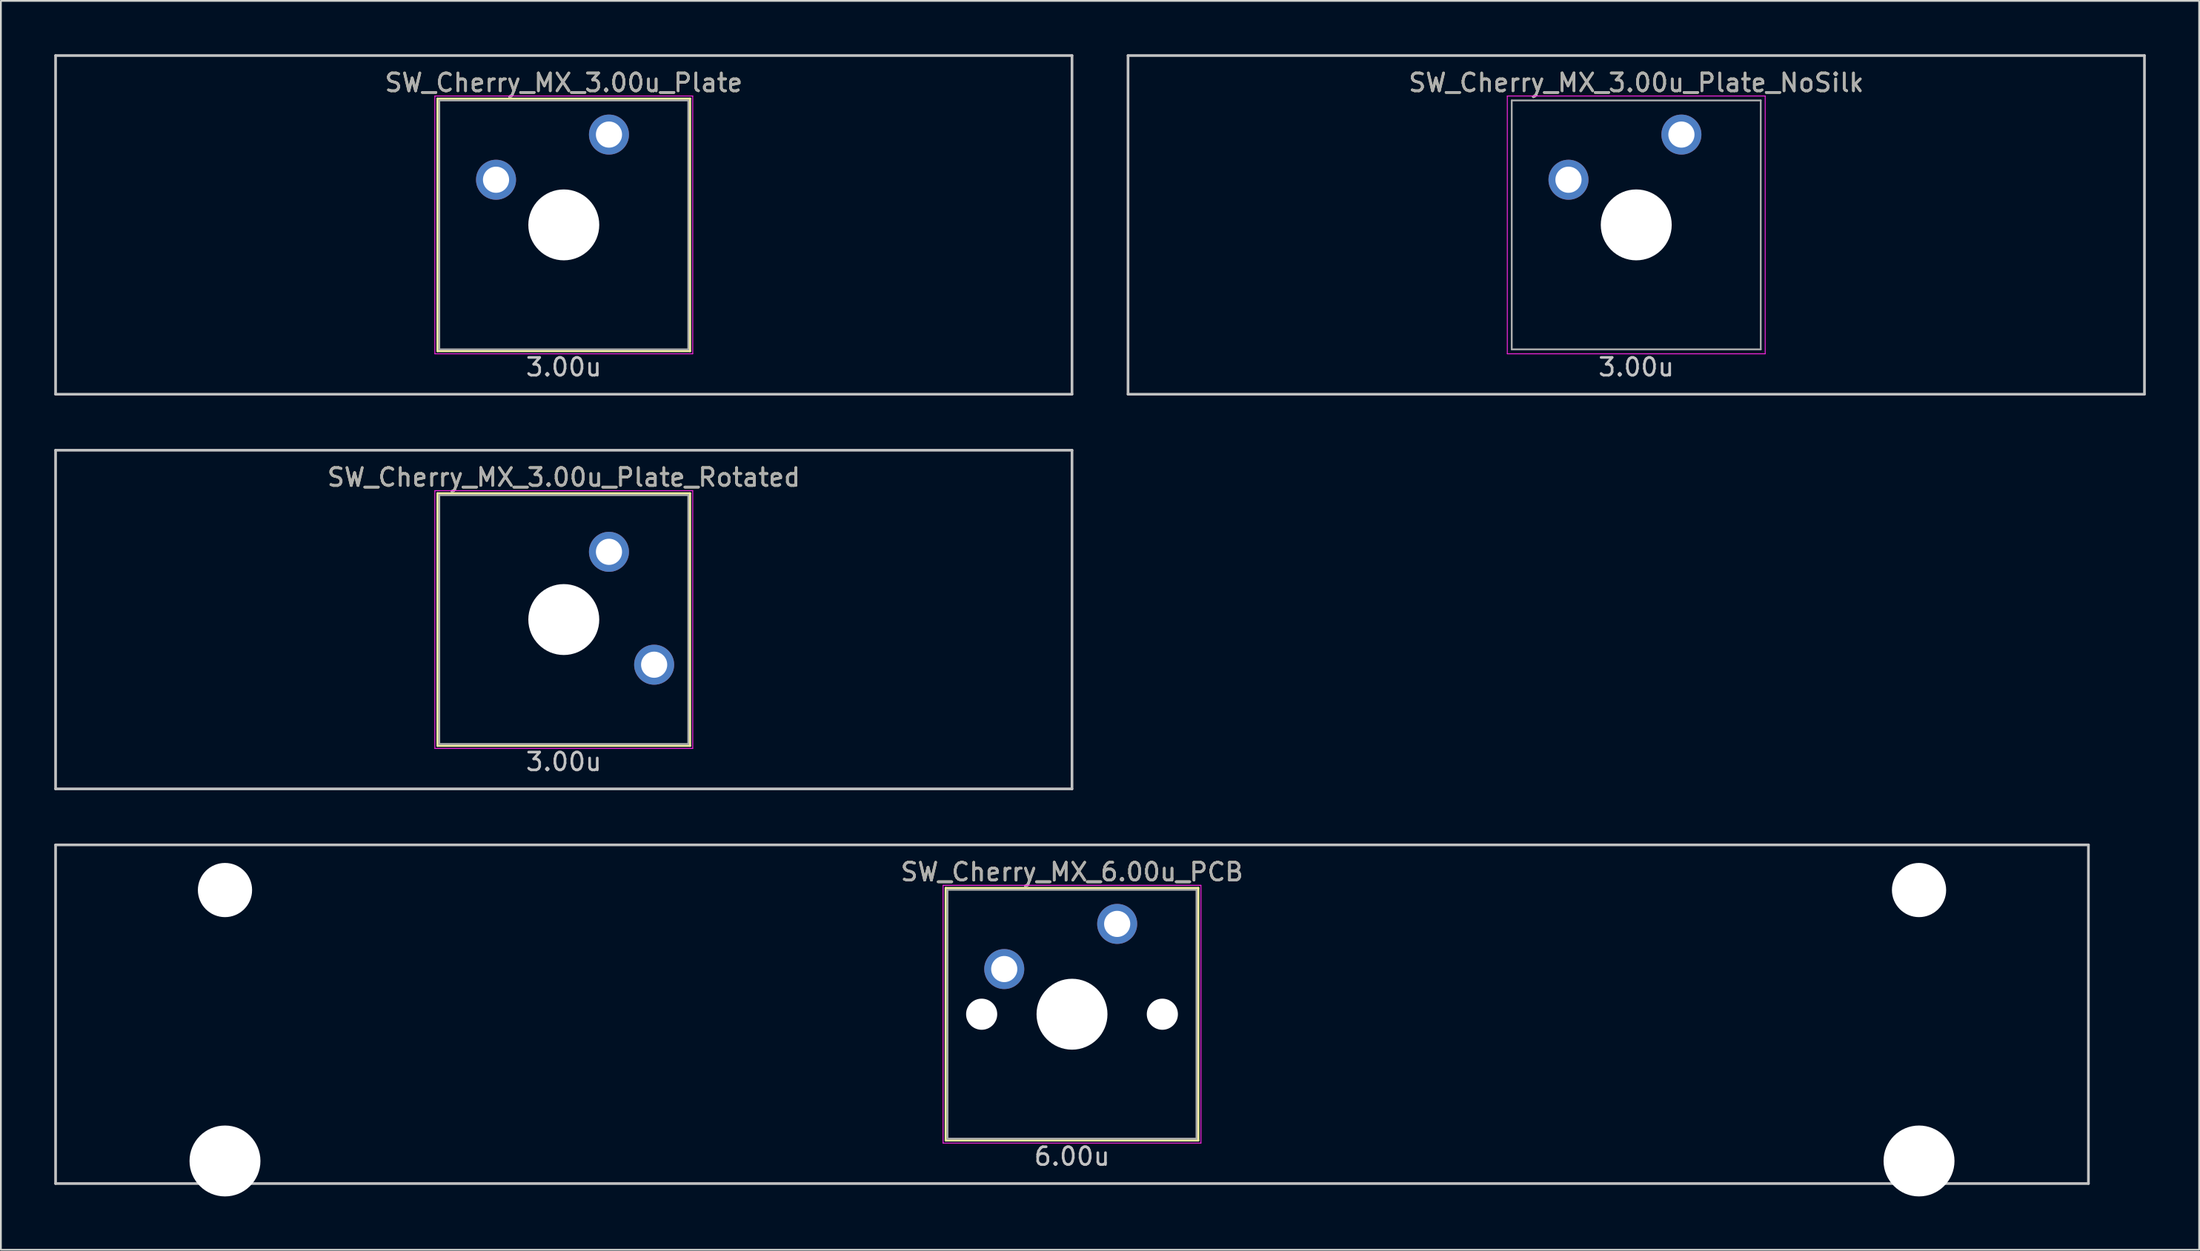
<source format=kicad_pcb>
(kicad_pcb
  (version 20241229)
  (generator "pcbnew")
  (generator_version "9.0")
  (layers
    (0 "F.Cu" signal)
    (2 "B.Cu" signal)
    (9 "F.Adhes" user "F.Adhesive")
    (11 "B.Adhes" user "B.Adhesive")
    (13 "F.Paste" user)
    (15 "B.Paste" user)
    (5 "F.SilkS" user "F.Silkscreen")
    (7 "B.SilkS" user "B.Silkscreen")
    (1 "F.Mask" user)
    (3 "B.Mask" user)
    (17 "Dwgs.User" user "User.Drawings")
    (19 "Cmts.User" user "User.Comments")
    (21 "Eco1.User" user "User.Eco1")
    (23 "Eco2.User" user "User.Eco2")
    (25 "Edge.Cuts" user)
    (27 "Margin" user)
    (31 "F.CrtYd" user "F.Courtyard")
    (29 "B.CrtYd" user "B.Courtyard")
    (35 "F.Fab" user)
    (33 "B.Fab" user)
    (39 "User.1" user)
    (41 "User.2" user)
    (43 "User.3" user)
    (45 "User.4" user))
  (footprint "SW_Cherry_MX_6.00u_PCB"
    (layer "F.Cu")
    (at 57.225 54)
    (property "Reference" "SW_Cherry_MX_6.00u_PCB" (at 0 -8 0) (layer "F.SilkS") (effects (font (size 1 1) (thickness 0.15))))
    (attr through_hole)
    (fp_line (start -7.1 -7.1) (end 7.1 -7.1) (stroke (width 0.12) (type solid)) (layer "F.SilkS"))
    (fp_line (start -7.1 7.1) (end -7.1 -7.1) (stroke (width 0.12) (type solid)) (layer "F.SilkS"))
    (fp_line (start 7.1 -7.1) (end 7.1 7.1) (stroke (width 0.12) (type solid)) (layer "F.SilkS"))
    (fp_line (start 7.1 7.1) (end -7.1 7.1) (stroke (width 0.12) (type solid)) (layer "F.SilkS"))
    (fp_line (start -57.15 -9.525) (end 57.15 -9.525) (stroke (width 0.15) (type solid)) (layer "Dwgs.User"))
    (fp_line (start -57.15 9.525) (end -57.15 -9.525) (stroke (width 0.15) (type solid)) (layer "Dwgs.User"))
    (fp_line (start -57.15 9.525) (end 57.15 9.525) (stroke (width 0.15) (type solid)) (layer "Dwgs.User"))
    (fp_line (start 57.15 -9.525) (end 57.15 9.525) (stroke (width 0.15) (type solid)) (layer "Dwgs.User"))
    (fp_line (start -7.25 -7.25) (end 7.25 -7.25) (stroke (width 0.05) (type solid)) (layer "F.CrtYd"))
    (fp_line (start -7.25 7.25) (end -7.25 -7.25) (stroke (width 0.05) (type solid)) (layer "F.CrtYd"))
    (fp_line (start 7.25 -7.25) (end 7.25 7.25) (stroke (width 0.05) (type solid)) (layer "F.CrtYd"))
    (fp_line (start 7.25 7.25) (end -7.25 7.25) (stroke (width 0.05) (type solid)) (layer "F.CrtYd"))
    (fp_line (start -7 -7) (end 7 -7) (stroke (width 0.1) (type solid)) (layer "F.Fab"))
    (fp_line (start -7 7) (end -7 -7) (stroke (width 0.1) (type solid)) (layer "F.Fab"))
    (fp_line (start 7 -7) (end 7 7) (stroke (width 0.1) (type solid)) (layer "F.Fab"))
    (fp_line (start 7 7) (end -7 7) (stroke (width 0.1) (type solid)) (layer "F.Fab"))
    (fp_text user "6.00u" (at 0 8 0) (layer "Dwgs.User") (effects (font (size 1 1) (thickness 0.15))))
    (fp_text user "${REFERENCE}" (at 0 -8 0) (layer "F.Fab") (effects (font (size 1 1) (thickness 0.15))))
    (pad "" np_thru_hole circle (at -47.625 -6.985) (size 3.048 3.048) (drill 3.048) (layers "*.Cu" "*.Mask"))
    (pad "" np_thru_hole circle (at -47.625 8.255) (size 3.988 3.988) (drill 3.988) (layers "*.Cu" "*.Mask"))
    (pad "" np_thru_hole circle (at -5.08 0 48.1) (size 1.75 1.75) (drill 1.75) (layers "*.Cu" "*.Mask"))
    (pad "" np_thru_hole circle (at 0 0) (size 3.988 3.988) (drill 3.988) (layers "*.Cu" "*.Mask"))
    (pad "" np_thru_hole circle (at 5.08 0 48.1) (size 1.75 1.75) (drill 1.75) (layers "*.Cu" "*.Mask"))
    (pad "" np_thru_hole circle (at 47.625 -6.985) (size 3.048 3.048) (drill 3.048) (layers "*.Cu" "*.Mask"))
    (pad "" np_thru_hole circle (at 47.625 8.255) (size 3.988 3.988) (drill 3.988) (layers "*.Cu" "*.Mask"))
    (pad "1" thru_hole circle (at -3.81 -2.54) (size 2.25 2.25) (drill 1.47) (layers "*.Cu" "B.Mask"))
    (pad "2" thru_hole circle (at 2.54 -5.08) (size 2.25 2.25) (drill 1.47) (layers "*.Cu" "B.Mask")))
  (footprint "SW_Cherry_MX_3.00u_Plate_NoSilk"
    (layer "F.Cu")
    (at 88.95 9.6)
    (property "Reference" "SW_Cherry_MX_3.00u_Plate_NoSilk" (at 0 -8 0) (layer "F.SilkS") (effects (font (size 1 1) (thickness 0.15))))
    (attr through_hole)
    (fp_line (start -28.575 -9.525) (end 28.575 -9.525) (stroke (width 0.15) (type solid)) (layer "Dwgs.User"))
    (fp_line (start -28.575 9.525) (end -28.575 -9.525) (stroke (width 0.15) (type solid)) (layer "Dwgs.User"))
    (fp_line (start -28.575 9.525) (end 28.575 9.525) (stroke (width 0.15) (type solid)) (layer "Dwgs.User"))
    (fp_line (start 28.575 -9.525) (end 28.575 9.525) (stroke (width 0.15) (type solid)) (layer "Dwgs.User"))
    (fp_line (start -7.25 -7.25) (end 7.25 -7.25) (stroke (width 0.05) (type solid)) (layer "F.CrtYd"))
    (fp_line (start -7.25 7.25) (end -7.25 -7.25) (stroke (width 0.05) (type solid)) (layer "F.CrtYd"))
    (fp_line (start 7.25 -7.25) (end 7.25 7.25) (stroke (width 0.05) (type solid)) (layer "F.CrtYd"))
    (fp_line (start 7.25 7.25) (end -7.25 7.25) (stroke (width 0.05) (type solid)) (layer "F.CrtYd"))
    (fp_line (start -7 -7) (end 7 -7) (stroke (width 0.1) (type solid)) (layer "F.Fab"))
    (fp_line (start -7 7) (end -7 -7) (stroke (width 0.1) (type solid)) (layer "F.Fab"))
    (fp_line (start 7 -7) (end 7 7) (stroke (width 0.1) (type solid)) (layer "F.Fab"))
    (fp_line (start 7 7) (end -7 7) (stroke (width 0.1) (type solid)) (layer "F.Fab"))
    (fp_text user "3.00u" (at 0 8 0) (layer "Dwgs.User") (effects (font (size 1 1) (thickness 0.15))))
    (fp_text user "${REFERENCE}" (at 0 -8 0) (layer "F.Fab") (effects (font (size 1 1) (thickness 0.15))))
    (pad "" np_thru_hole circle (at 0 0) (size 3.988 3.988) (drill 3.988) (layers "*.Cu" "*.Mask"))
    (pad "1" thru_hole circle (at -3.81 -2.54 48.1) (size 2.25 2.25) (drill 1.47) (layers "*.Cu" "B.Mask"))
    (pad "2" thru_hole circle (at 2.54 -5.08) (size 2.25 2.25) (drill 1.47) (layers "*.Cu" "B.Mask")))
  (footprint "SW_Cherry_MX_3.00u_Plate_Rotated"
    (layer "F.Cu")
    (at 28.65 31.8)
    (property "Reference" "SW_Cherry_MX_3.00u_Plate_Rotated" (at 0 -8 0) (layer "F.SilkS") (effects (font (size 1 1) (thickness 0.15))))
    (attr through_hole)
    (fp_line (start -7.1 -7.1) (end 7.1 -7.1) (stroke (width 0.12) (type solid)) (layer "F.SilkS"))
    (fp_line (start -7.1 7.1) (end -7.1 -7.1) (stroke (width 0.12) (type solid)) (layer "F.SilkS"))
    (fp_line (start 7.1 -7.1) (end 7.1 7.1) (stroke (width 0.12) (type solid)) (layer "F.SilkS"))
    (fp_line (start 7.1 7.1) (end -7.1 7.1) (stroke (width 0.12) (type solid)) (layer "F.SilkS"))
    (fp_line (start -28.575 -9.525) (end 28.575 -9.525) (stroke (width 0.15) (type solid)) (layer "Dwgs.User"))
    (fp_line (start -28.575 9.525) (end -28.575 -9.525) (stroke (width 0.15) (type solid)) (layer "Dwgs.User"))
    (fp_line (start -28.575 9.525) (end 28.575 9.525) (stroke (width 0.15) (type solid)) (layer "Dwgs.User"))
    (fp_line (start 28.575 -9.525) (end 28.575 9.525) (stroke (width 0.15) (type solid)) (layer "Dwgs.User"))
    (fp_line (start -7.25 -7.25) (end 7.25 -7.25) (stroke (width 0.05) (type solid)) (layer "F.CrtYd"))
    (fp_line (start -7.25 7.25) (end -7.25 -7.25) (stroke (width 0.05) (type solid)) (layer "F.CrtYd"))
    (fp_line (start 7.25 -7.25) (end 7.25 7.25) (stroke (width 0.05) (type solid)) (layer "F.CrtYd"))
    (fp_line (start 7.25 7.25) (end -7.25 7.25) (stroke (width 0.05) (type solid)) (layer "F.CrtYd"))
    (fp_line (start -7 -7) (end 7 -7) (stroke (width 0.1) (type solid)) (layer "F.Fab"))
    (fp_line (start -7 7) (end -7 -7) (stroke (width 0.1) (type solid)) (layer "F.Fab"))
    (fp_line (start 7 -7) (end 7 7) (stroke (width 0.1) (type solid)) (layer "F.Fab"))
    (fp_line (start 7 7) (end -7 7) (stroke (width 0.1) (type solid)) (layer "F.Fab"))
    (fp_text user "3.00u" (at 0 8 0) (layer "Dwgs.User") (effects (font (size 1 1) (thickness 0.15))))
    (fp_text user "${REFERENCE}" (at 0 -8 0) (layer "F.Fab") (effects (font (size 1 1) (thickness 0.15))))
    (pad "" np_thru_hole circle (at 0 0 270) (size 3.988 3.988) (drill 3.988) (layers "*.Cu" "*.Mask"))
    (pad "1" thru_hole circle (at 2.54 -3.81 318.1) (size 2.25 2.25) (drill 1.47) (layers "*.Cu" "B.Mask"))
    (pad "2" thru_hole circle (at 5.08 2.54 270) (size 2.25 2.25) (drill 1.47) (layers "*.Cu" "B.Mask")))
  (footprint "SW_Cherry_MX_3.00u_Plate"
    (layer "F.Cu")
    (at 28.65 9.6)
    (property "Reference" "SW_Cherry_MX_3.00u_Plate" (at 0 -8 0) (layer "F.SilkS") (effects (font (size 1 1) (thickness 0.15))))
    (attr through_hole)
    (fp_line (start -7.1 -7.1) (end 7.1 -7.1) (stroke (width 0.12) (type solid)) (layer "F.SilkS"))
    (fp_line (start -7.1 7.1) (end -7.1 -7.1) (stroke (width 0.12) (type solid)) (layer "F.SilkS"))
    (fp_line (start 7.1 -7.1) (end 7.1 7.1) (stroke (width 0.12) (type solid)) (layer "F.SilkS"))
    (fp_line (start 7.1 7.1) (end -7.1 7.1) (stroke (width 0.12) (type solid)) (layer "F.SilkS"))
    (fp_line (start -28.575 -9.525) (end 28.575 -9.525) (stroke (width 0.15) (type solid)) (layer "Dwgs.User"))
    (fp_line (start -28.575 9.525) (end -28.575 -9.525) (stroke (width 0.15) (type solid)) (layer "Dwgs.User"))
    (fp_line (start -28.575 9.525) (end 28.575 9.525) (stroke (width 0.15) (type solid)) (layer "Dwgs.User"))
    (fp_line (start 28.575 -9.525) (end 28.575 9.525) (stroke (width 0.15) (type solid)) (layer "Dwgs.User"))
    (fp_line (start -7.25 -7.25) (end 7.25 -7.25) (stroke (width 0.05) (type solid)) (layer "F.CrtYd"))
    (fp_line (start -7.25 7.25) (end -7.25 -7.25) (stroke (width 0.05) (type solid)) (layer "F.CrtYd"))
    (fp_line (start 7.25 -7.25) (end 7.25 7.25) (stroke (width 0.05) (type solid)) (layer "F.CrtYd"))
    (fp_line (start 7.25 7.25) (end -7.25 7.25) (stroke (width 0.05) (type solid)) (layer "F.CrtYd"))
    (fp_line (start -7 -7) (end 7 -7) (stroke (width 0.1) (type solid)) (layer "F.Fab"))
    (fp_line (start -7 7) (end -7 -7) (stroke (width 0.1) (type solid)) (layer "F.Fab"))
    (fp_line (start 7 -7) (end 7 7) (stroke (width 0.1) (type solid)) (layer "F.Fab"))
    (fp_line (start 7 7) (end -7 7) (stroke (width 0.1) (type solid)) (layer "F.Fab"))
    (fp_text user "3.00u" (at 0 8 0) (layer "Dwgs.User") (effects (font (size 1 1) (thickness 0.15))))
    (fp_text user "${REFERENCE}" (at 0 -8 0) (layer "F.Fab") (effects (font (size 1 1) (thickness 0.15))))
    (pad "" np_thru_hole circle (at 0 0) (size 3.988 3.988) (drill 3.988) (layers "*.Cu" "*.Mask"))
    (pad "1" thru_hole circle (at -3.81 -2.54 48.1) (size 2.25 2.25) (drill 1.47) (layers "*.Cu" "B.Mask"))
    (pad "2" thru_hole circle (at 2.54 -5.08) (size 2.25 2.25) (drill 1.47) (layers "*.Cu" "B.Mask")))
  (gr_rect
    (start -3 -3)
    (end 120.6 67.249)
    (stroke (width 0.1) (type default))
    (fill no)
    (layer "Edge.Cuts")))
</source>
